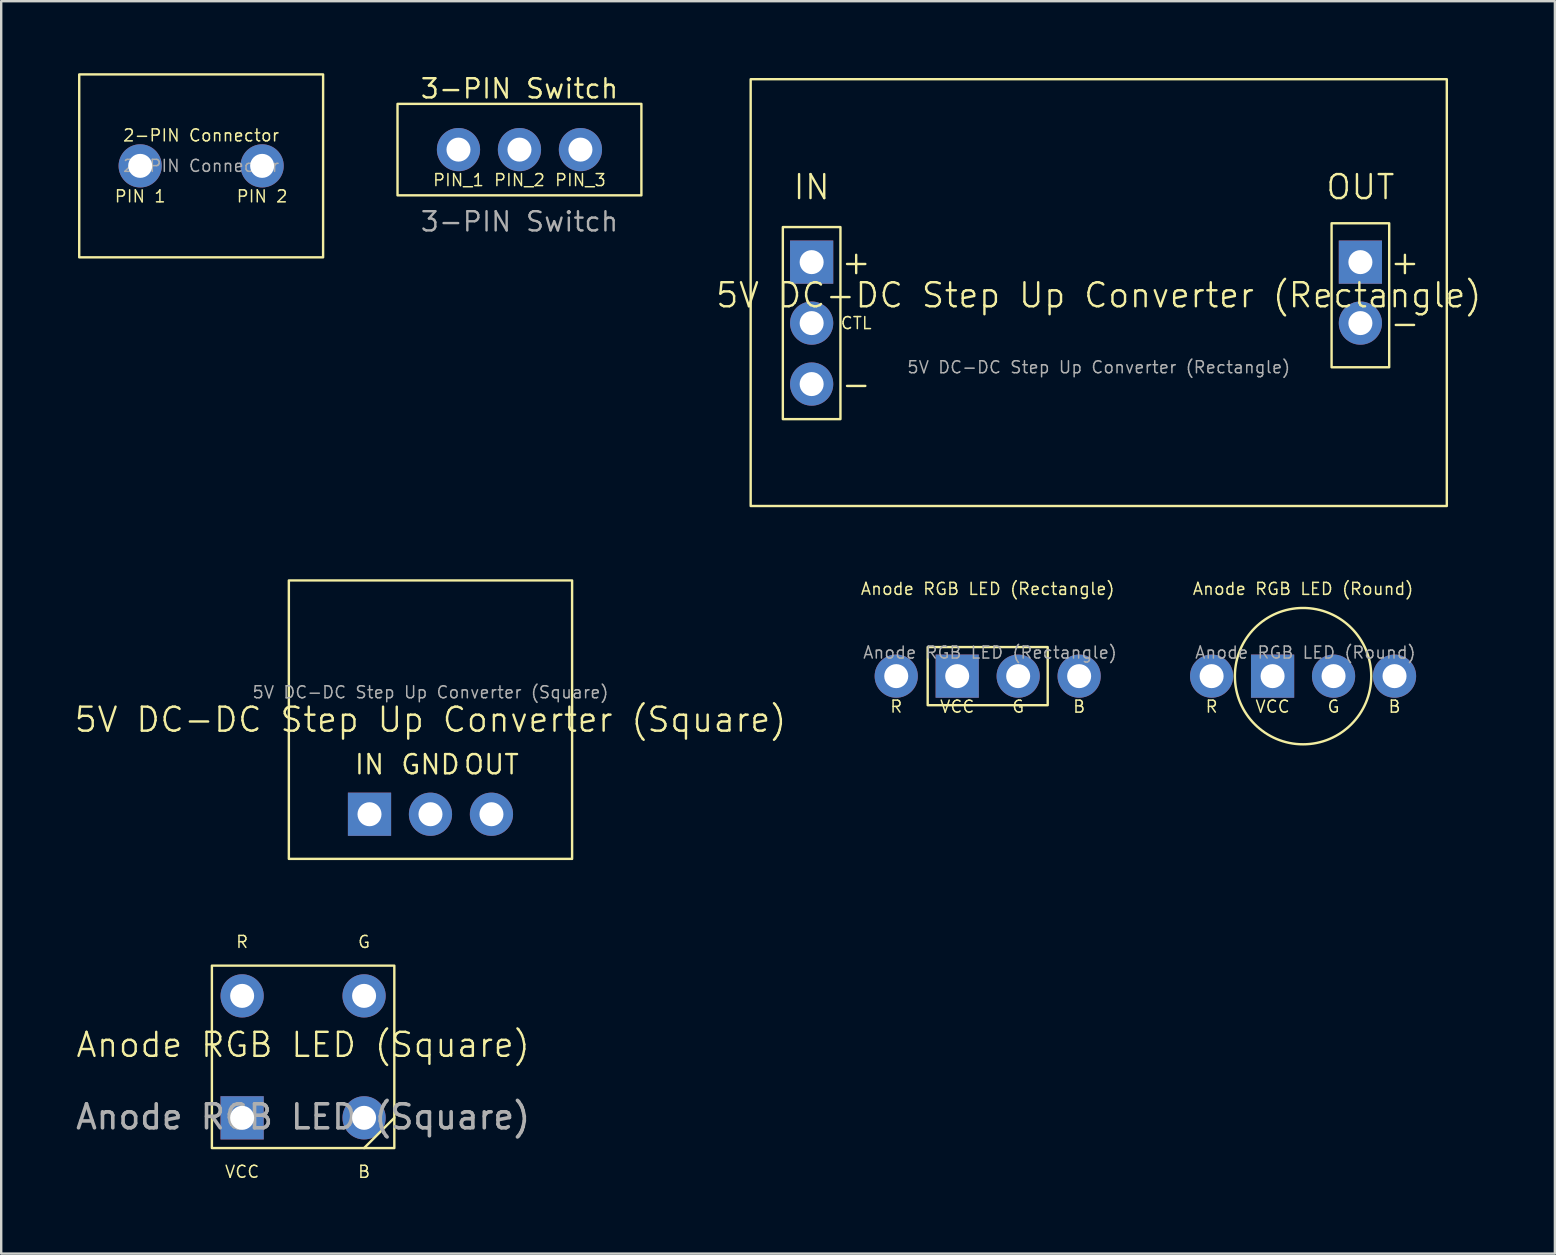
<source format=kicad_pcb>
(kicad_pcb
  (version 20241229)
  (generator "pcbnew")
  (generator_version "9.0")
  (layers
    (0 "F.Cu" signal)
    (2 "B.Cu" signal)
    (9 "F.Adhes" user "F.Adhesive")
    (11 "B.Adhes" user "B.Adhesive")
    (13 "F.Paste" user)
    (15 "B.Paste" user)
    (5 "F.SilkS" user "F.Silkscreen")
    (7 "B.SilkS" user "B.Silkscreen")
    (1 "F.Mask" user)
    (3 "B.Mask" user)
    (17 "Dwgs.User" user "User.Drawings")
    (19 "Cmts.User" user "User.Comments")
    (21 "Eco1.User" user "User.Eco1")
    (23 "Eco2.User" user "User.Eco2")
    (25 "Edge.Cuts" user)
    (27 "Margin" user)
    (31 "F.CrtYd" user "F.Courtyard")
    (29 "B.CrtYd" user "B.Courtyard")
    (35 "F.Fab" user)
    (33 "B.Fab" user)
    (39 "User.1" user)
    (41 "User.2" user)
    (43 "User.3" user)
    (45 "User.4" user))
  (footprint "5V DC-DC Step Up Converter (Square)"
    (layer "F.Cu")
    (at 14.883 26.93)
    (property "Reference" "5V DC-DC Step Up Converter (Square)" (at 0 0 0) (unlocked yes) (layer "F.SilkS") (effects (font (size 1 1) (thickness 0.1))))
    (fp_rect (start -5.9 -5.8) (end 5.9 5.8) (stroke (width 0.1) (type solid)) (fill no) (layer "F.SilkS"))
    (fp_text user "GND" (at 0 1.4 0) (unlocked yes) (layer "F.SilkS") (effects (font (size 0.8 0.8) (thickness 0.1)) (justify top)))
    (fp_text user "OUT" (at 2.54 1.4 0) (unlocked yes) (layer "F.SilkS") (effects (font (size 0.8 0.8) (thickness 0.1)) (justify top)))
    (fp_text user "IN" (at -2.54 1.4 0) (unlocked yes) (layer "F.SilkS") (effects (font (size 0.8 0.8) (thickness 0.1)) (justify top)))
    (fp_text user "${REFERENCE}" (at 0 -1.14 0) (unlocked yes) (layer "F.Fab") (effects (font (size 0.5 0.5) (thickness 0.062))))
    (pad "1" thru_hole rect (at -2.54 3.94) (size 1.8 1.8) (drill 1) (layers "*.Cu" "*.Mask"))
    (pad "2" thru_hole circle (at 0 3.94) (size 1.8 1.8) (drill 1) (layers "*.Cu" "*.Mask"))
    (pad "3" thru_hole circle (at 2.54 3.94) (size 1.8 1.8) (drill 1) (layers "*.Cu" "*.Mask")))
  (footprint "Anode RGB LED (Rectangle)"
    (layer "F.Cu")
    (at 38.096 25.117)
    (property "Reference" "Anode RGB LED (Rectangle)" (at 0 -3.635 0) (unlocked yes) (layer "F.SilkS") (effects (font (size 0.5 0.5) (thickness 0.062))))
    (fp_rect (start -2.5 -1.21) (end 2.5 1.21) (stroke (width 0.1) (type solid)) (fill no) (layer "F.SilkS"))
    (fp_text user "VCC" (at -1.27 1.27 0) (unlocked yes) (layer "F.SilkS") (effects (font (size 0.5 0.5) (thickness 0.062))))
    (fp_text user "B" (at 3.81 1.27 0) (unlocked yes) (layer "F.SilkS") (effects (font (size 0.5 0.5) (thickness 0.062))))
    (fp_text user "G" (at 1.27 1.27 0) (unlocked yes) (layer "F.SilkS") (effects (font (size 0.5 0.5) (thickness 0.062))))
    (fp_text user "R" (at -3.81 1.27 0) (unlocked yes) (layer "F.SilkS") (effects (font (size 0.5 0.5) (thickness 0.062))))
    (fp_text user "${REFERENCE}" (at 0.098 -0.982 0) (unlocked yes) (layer "F.Fab") (effects (font (size 0.5 0.5) (thickness 0.062))))
    (pad "1" thru_hole circle (at -3.81 0) (size 1.8 1.8) (drill 1) (layers "*.Cu" "*.Mask"))
    (pad "2" thru_hole rect (at -1.27 0) (size 1.8 1.8) (drill 1) (layers "*.Cu" "*.Mask"))
    (pad "3" thru_hole circle (at 1.27 0) (size 1.8 1.8) (drill 1) (layers "*.Cu" "*.Mask"))
    (pad "4" thru_hole circle (at 3.81 0) (size 1.8 1.8) (drill 1) (layers "*.Cu" "*.Mask")))
  (footprint "5V DC-DC Step Up Converter (Rectangle)"
    (layer "F.Cu")
    (at 28.222 0.25)
    (property "Reference" "5V DC-DC Step Up Converter (Rectangle)" (at 14.5 9 0) (unlocked yes) (layer "F.SilkS") (effects (font (size 1 1) (thickness 0.1))))
    (fp_rect (start 0 0) (end 29 17.78) (stroke (width 0.1) (type solid)) (fill no) (layer "F.SilkS"))
    (fp_rect (start 1.34 6.16) (end 3.74 14.16) (stroke (width 0.1) (type solid)) (fill no) (layer "F.SilkS"))
    (fp_rect (start 24.2 6) (end 26.6 12) (stroke (width 0.1) (type solid)) (fill no) (layer "F.SilkS"))
    (fp_text user "OUT" (at 25.4 5.08 0) (unlocked yes) (layer "F.SilkS") (effects (font (size 1 1) (thickness 0.1)) (justify bottom)))
    (fp_text user "IN" (at 2.54 5.08 0) (unlocked yes) (layer "F.SilkS") (effects (font (size 1 1) (thickness 0.1)) (justify bottom)))
    (fp_text user "CTL" (at 5.08 10.16 0) (unlocked yes) (layer "F.SilkS") (effects (font (size 0.5 0.5) (thickness 0.062)) (justify right)))
    (fp_text user "-" (at 27.94 10.16 0) (unlocked yes) (layer "F.SilkS") (effects (font (size 1 1) (thickness 0.1)) (justify right)))
    (fp_text user "+" (at 27.94 7.62 0) (unlocked yes) (layer "F.SilkS") (effects (font (size 1 1) (thickness 0.1)) (justify right)))
    (fp_text user "+" (at 5.08 7.62 0) (unlocked yes) (layer "F.SilkS") (effects (font (size 1 1) (thickness 0.1)) (justify right)))
    (fp_text user "-" (at 5.08 12.7 0) (unlocked yes) (layer "F.SilkS") (effects (font (size 1 1) (thickness 0.1)) (justify right)))
    (fp_text user "${REFERENCE}" (at 14.5 12 0) (unlocked yes) (layer "F.Fab") (effects (font (size 0.5 0.5) (thickness 0.062))))
    (pad "1" thru_hole rect (at 2.54 7.62) (size 1.8 1.8) (drill 1) (layers "*.Cu" "*.Mask"))
    (pad "2" thru_hole circle (at 2.54 10.16) (size 1.8 1.8) (drill 1) (layers "*.Cu" "*.Mask"))
    (pad "3" thru_hole circle (at 2.54 12.7) (size 1.8 1.8) (drill 1) (layers "*.Cu" "*.Mask"))
    (pad "4" thru_hole rect (at 25.4 7.62) (size 1.8 1.8) (drill 1) (layers "*.Cu" "*.Mask"))
    (pad "5" thru_hole circle (at 25.4 10.16) (size 1.8 1.8) (drill 1) (layers "*.Cu" "*.Mask")))
  (footprint "Anode RGB LED (Square)"
    (layer "F.Cu")
    (at 9.577 40.977)
    (property "Reference" "Anode RGB LED (Square)" (at 0 -0.5 0) (unlocked yes) (layer "F.SilkS") (effects (font (size 1 1) (thickness 0.1))))
    (fp_line (start 2.54 3.8) (end 3.8 2.54) (stroke (width 0.1) (type default)) (layer "F.SilkS"))
    (fp_rect (start -3.8 -3.8) (end 3.8 3.8) (stroke (width 0.1) (type solid)) (fill no) (layer "F.SilkS"))
    (fp_text user "VCC" (at -2.54 5.08 0) (unlocked yes) (layer "F.SilkS") (effects (font (size 0.5 0.5) (thickness 0.062)) (justify bottom)))
    (fp_text user "G" (at 2.54 -5.08 0) (unlocked yes) (layer "F.SilkS") (effects (font (size 0.5 0.5) (thickness 0.062)) (justify top)))
    (fp_text user "R" (at -2.54 -5.08 0) (unlocked yes) (layer "F.SilkS") (effects (font (size 0.5 0.5) (thickness 0.062)) (justify top)))
    (fp_text user "B" (at 2.54 5.08 0) (unlocked yes) (layer "F.SilkS") (effects (font (size 0.5 0.5) (thickness 0.062)) (justify bottom)))
    (fp_text user "${REFERENCE}" (at 0 2.5 0) (unlocked yes) (layer "F.Fab") (effects (font (size 1 1) (thickness 0.15))))
    (pad "1" thru_hole rect (at -2.54 2.54) (size 1.8 1.8) (drill 1) (layers "*.Cu" "*.Mask"))
    (pad "2" thru_hole circle (at -2.54 -2.54) (size 1.8 1.8) (drill 1) (layers "*.Cu" "*.Mask"))
    (pad "3" thru_hole circle (at 2.54 -2.54) (size 1.8 1.8) (drill 1) (layers "*.Cu" "*.Mask"))
    (pad "4" thru_hole circle (at 2.54 2.54) (size 1.8 1.8) (drill 1) (layers "*.Cu" "*.Mask")))
  (footprint "2-PIN Connector"
    (layer "F.Cu")
    (at 0.25 7.67)
    (property "Reference" "2-PIN Connector" (at 5.08 -5.08 0) (unlocked yes) (layer "F.SilkS") (effects (font (size 0.5 0.5) (thickness 0.062))))
    (fp_rect (start 0 -7.62) (end 10.16 0) (stroke (width 0.1) (type solid)) (fill no) (layer "F.SilkS"))
    (fp_text user "PIN 1" (at 2.54 -2.54 0) (unlocked yes) (layer "F.SilkS") (effects (font (size 0.5 0.5) (thickness 0.062))))
    (fp_text user "PIN 2" (at 7.62 -2.54 0) (unlocked yes) (layer "F.SilkS") (effects (font (size 0.5 0.5) (thickness 0.062))))
    (fp_text user "${REFERENCE}" (at 5.08 -3.81 0) (unlocked yes) (layer "F.Fab") (effects (font (size 0.5 0.5) (thickness 0.062))))
    (pad "1" thru_hole circle (at 2.54 -3.81) (size 1.8 1.8) (drill 1) (layers "*.Cu" "*.Mask"))
    (pad "2" thru_hole circle (at 7.62 -3.81) (size 1.8 1.8) (drill 1) (layers "*.Cu" "*.Mask")))
  (footprint "Anode RGB LED (Round)"
    (layer "F.Cu")
    (at 51.234 25.117)
    (property "Reference" "Anode RGB LED (Round)" (at 0 -3.635 0) (unlocked yes) (layer "F.SilkS") (effects (font (size 0.5 0.5) (thickness 0.062))))
    (fp_circle (center 0 0) (end 2.84 0) (stroke (width 0.1) (type solid)) (fill no) (layer "F.SilkS"))
    (fp_text user "G" (at 1.27 1.27 0) (unlocked yes) (layer "F.SilkS") (effects (font (size 0.5 0.5) (thickness 0.062))))
    (fp_text user "VCC" (at -1.27 1.27 0) (unlocked yes) (layer "F.SilkS") (effects (font (size 0.5 0.5) (thickness 0.062))))
    (fp_text user "B" (at 3.81 1.27 0) (unlocked yes) (layer "F.SilkS") (effects (font (size 0.5 0.5) (thickness 0.062))))
    (fp_text user "R" (at -3.81 1.27 0) (unlocked yes) (layer "F.SilkS") (effects (font (size 0.5 0.5) (thickness 0.062))))
    (fp_text user "${REFERENCE}" (at 0.098 -0.982 0) (unlocked yes) (layer "F.Fab") (effects (font (size 0.5 0.5) (thickness 0.062))))
    (pad "1" thru_hole circle (at -3.81 0) (size 1.8 1.8) (drill 1) (layers "*.Cu" "*.Mask"))
    (pad "2" thru_hole rect (at -1.27 0) (size 1.8 1.8) (drill 1) (layers "*.Cu" "*.Mask"))
    (pad "3" thru_hole circle (at 1.27 0) (size 1.8 1.8) (drill 1) (layers "*.Cu" "*.Mask"))
    (pad "4" thru_hole circle (at 3.81 0) (size 1.8 1.8) (drill 1) (layers "*.Cu" "*.Mask")))
  (footprint "3-PIN Switch"
    (layer "F.Cu")
    (at 16.05 3.183)
    (property "Reference" "3-PIN Switch" (at 2.54 -2.54 0) (unlocked yes) (layer "F.SilkS") (effects (font (size 0.8 0.8) (thickness 0.1))))
    (fp_rect (start -2.54 -1.905) (end 7.62 1.905) (stroke (width 0.1) (type solid)) (fill no) (layer "F.SilkS"))
    (fp_text user "PIN_3" (at 5.08 1.27 0) (unlocked yes) (layer "F.SilkS") (effects (font (size 0.5 0.5) (thickness 0.062))))
    (fp_text user "PIN_1" (at 0 1.27 0) (unlocked yes) (layer "F.SilkS") (effects (font (size 0.5 0.5) (thickness 0.062))))
    (fp_text user "PIN_2" (at 2.54 1.27 0) (unlocked yes) (layer "F.SilkS") (effects (font (size 0.5 0.5) (thickness 0.062))))
    (fp_text user "${REFERENCE}" (at 2.54 3 0) (unlocked yes) (layer "F.Fab") (effects (font (size 0.8 0.8) (thickness 0.1))))
    (pad "1" thru_hole circle (at 0 0) (size 1.8 1.8) (drill 1) (layers "*.Cu" "*.Mask"))
    (pad "2" thru_hole circle (at 2.54 0) (size 1.8 1.8) (drill 1) (layers "*.Cu" "*.Mask"))
    (pad "3" thru_hole circle (at 5.08 0) (size 1.8 1.8) (drill 1) (layers "*.Cu" "*.Mask")))
  (gr_rect
    (start -3 -3)
    (end 61.725 49.174)
    (stroke (width 0.1) (type default))
    (fill no)
    (layer "Edge.Cuts")))
</source>
